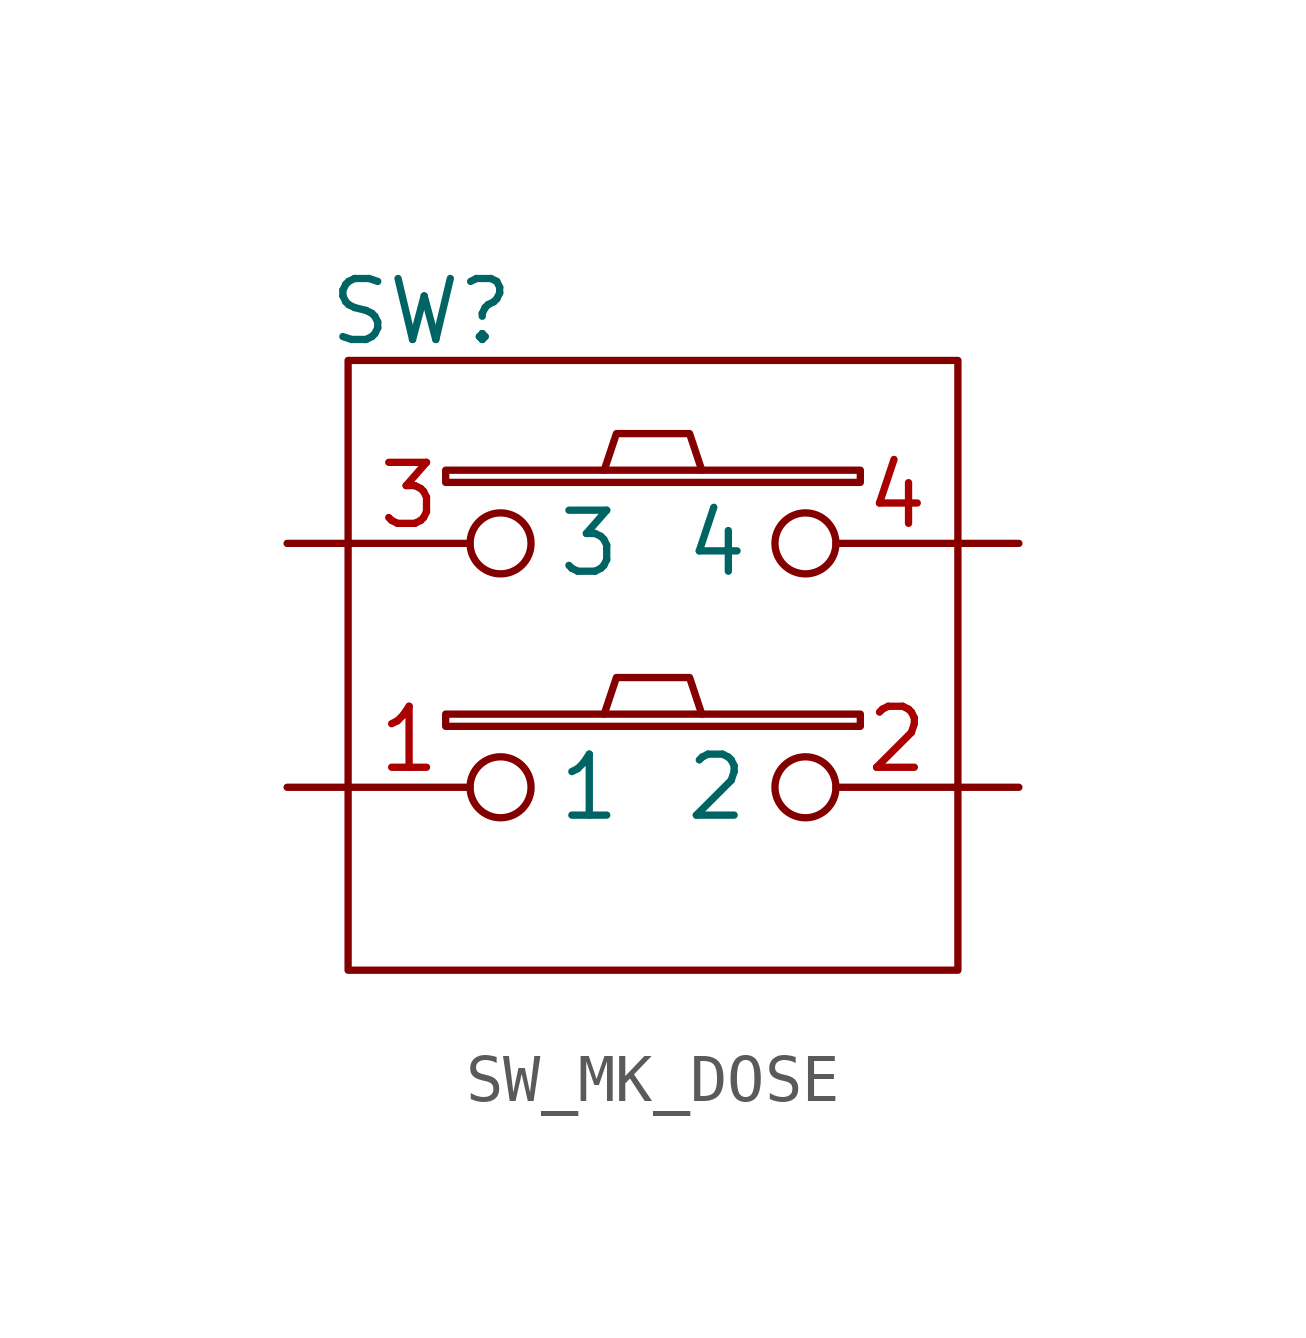
<source format=kicad_sym>
(kicad_symbol_lib
  (version 20241209)
  (generator "kicad_symbol_editor")
  (generator_version "9.0")
  (symbol "SW_MK_DOSE"
    (property "Reference" "SW"
      (at -4.826 7.366 0)
      (effects (font (size 1.27 1.27))))
    (property "Value" ""
      (at 0 0 0)
      (effects (font (size 1.27 1.27))))
    (symbol "SW_MK_DOSE_0_1"
      (polyline (pts (xy -6.35 6.35) (xy -6.35 -6.35) (xy 6.35 -6.35) (xy 6.35 6.35) (xy -6.35 6.35)) (stroke (width 0) (type default)) (fill (type none)))
      (rectangle (start -4.318 3.81) (end 4.318 4.064) (stroke (width 0) (type solid)) (fill (type none)))
      (rectangle (start -4.318 -1.27) (end 4.318 -1.016) (stroke (width 0) (type solid)) (fill (type none)))
      (polyline (pts (xy -1.016 4.064) (xy -0.762 4.826) (xy 0.762 4.826) (xy 1.016 4.064)) (stroke (width 0) (type solid)) (fill (type none)))
      (polyline (pts (xy -1.016 -1.016) (xy -0.762 -0.254) (xy 0.762 -0.254) (xy 1.016 -1.016)) (stroke (width 0) (type solid)) (fill (type none)))
      (pin passive inverted (at -7.62 -2.54 0) (length 5.08) (name "1" (effects (font (size 1.27 1.27)))) (number "1" (effects (font (size 1.27 1.27)))))
      (pin passive inverted (at 7.62 -2.54 180) (length 5.08) (name "2" (effects (font (size 1.27 1.27)))) (number "2" (effects (font (size 1.27 1.27))))))
    (symbol "SW_MK_DOSE_1_1"
      (pin passive inverted (at -7.62 2.54 0) (length 5.08) (name "3" (effects (font (size 1.27 1.27)))) (number "3" (effects (font (size 1.27 1.27)))))
      (pin passive inverted (at 7.62 2.54 180) (length 5.08) (name "4" (effects (font (size 1.27 1.27)))) (number "4" (effects (font (size 1.27 1.27))))))))
</source>
